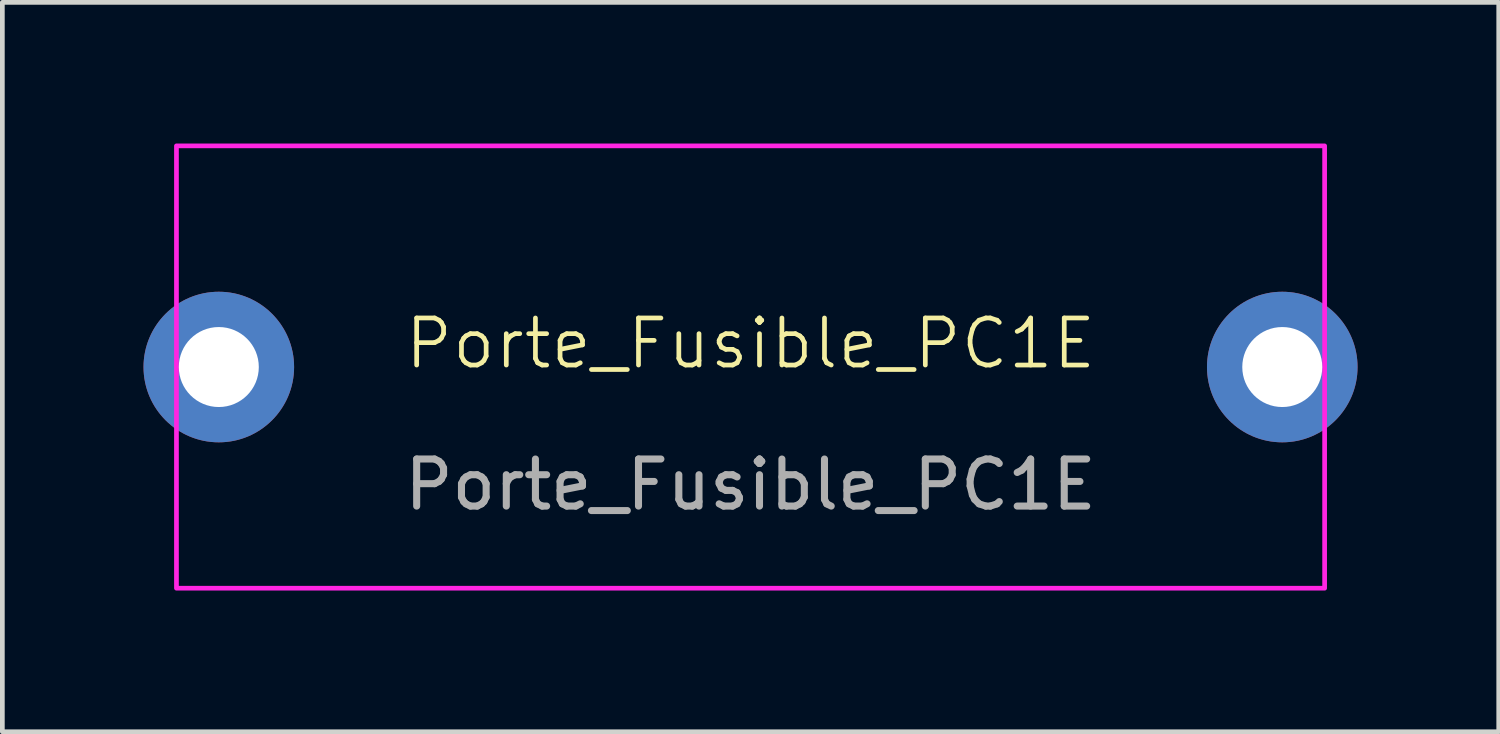
<source format=kicad_pcb>
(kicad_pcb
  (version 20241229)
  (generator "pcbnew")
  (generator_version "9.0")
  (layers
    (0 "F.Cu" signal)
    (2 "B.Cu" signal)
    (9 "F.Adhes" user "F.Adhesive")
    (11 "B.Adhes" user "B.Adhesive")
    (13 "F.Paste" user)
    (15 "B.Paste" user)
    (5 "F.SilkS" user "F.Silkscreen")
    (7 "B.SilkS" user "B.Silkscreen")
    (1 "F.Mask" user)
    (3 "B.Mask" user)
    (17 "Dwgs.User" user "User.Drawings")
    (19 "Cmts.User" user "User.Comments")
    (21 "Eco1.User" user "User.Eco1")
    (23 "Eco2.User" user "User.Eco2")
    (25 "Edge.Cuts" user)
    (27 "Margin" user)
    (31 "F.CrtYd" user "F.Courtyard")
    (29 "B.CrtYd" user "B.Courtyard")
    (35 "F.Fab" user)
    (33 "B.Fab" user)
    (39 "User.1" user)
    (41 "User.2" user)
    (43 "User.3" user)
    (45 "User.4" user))
  (footprint "Porte_Fusible_PC1E"
    (layer "F.Cu")
    (at 12.9 4.75)
    (property "Reference" "Porte_Fusible_PC1E" (at 0 -0.5 0) (unlocked yes) (layer "F.SilkS") (effects (font (size 1 1) (thickness 0.1))))
    (attr through_hole)
    (fp_rect (start -12.2 -4.7) (end 12.2 4.7) (stroke (width 0.1) (type solid)) (fill no) (layer "F.CrtYd"))
    (fp_text user "${REFERENCE}" (at 0 2.5 0) (unlocked yes) (layer "F.Fab") (effects (font (size 1 1) (thickness 0.15))))
    (pad "1" thru_hole circle (at -11.3 0) (size 3.2 3.2) (drill 1.7) (layers "*.Cu" "*.Mask"))
    (pad "2" thru_hole circle (at 11.3 0) (size 3.2 3.2) (drill 1.7) (layers "*.Cu" "*.Mask")))
  (gr_rect
    (start -3 -3)
    (end 28.8 12.5)
    (stroke (width 0.1) (type default))
    (fill no)
    (layer "Edge.Cuts")))
</source>
